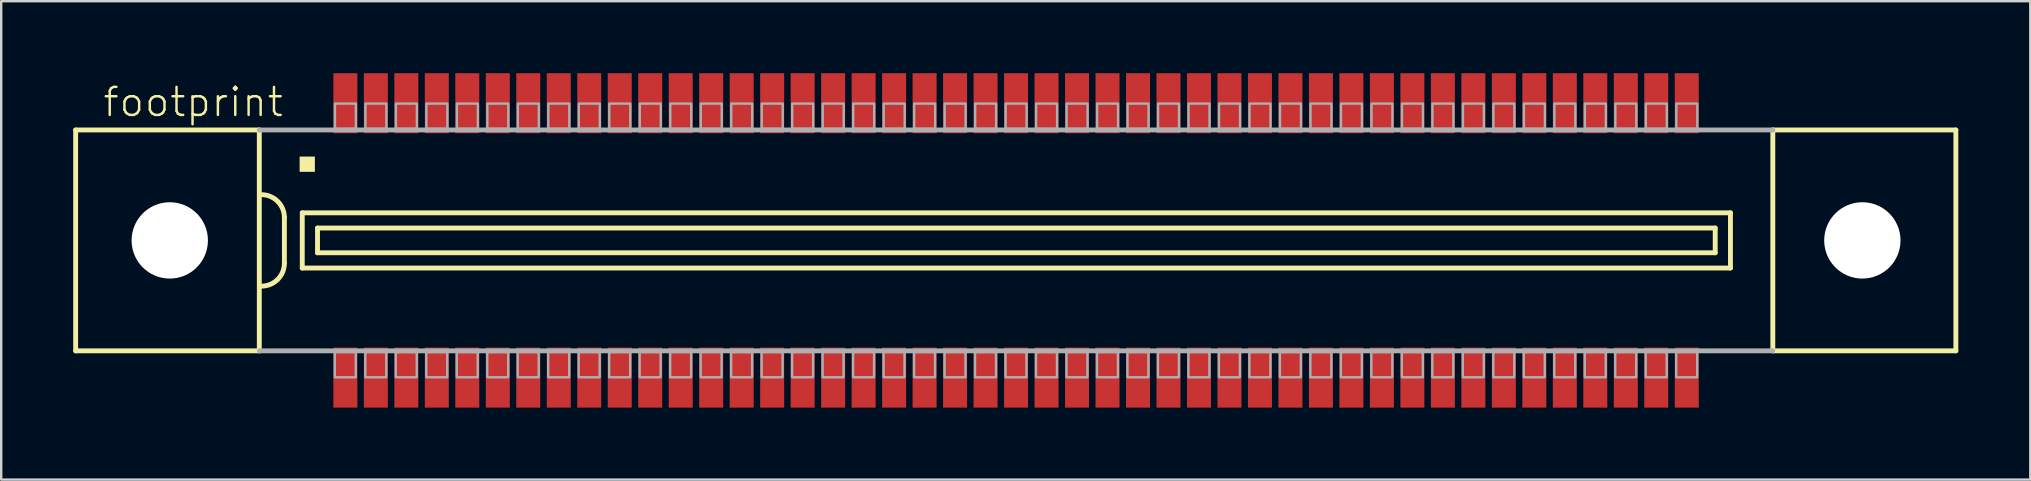
<source format=kicad_pcb>
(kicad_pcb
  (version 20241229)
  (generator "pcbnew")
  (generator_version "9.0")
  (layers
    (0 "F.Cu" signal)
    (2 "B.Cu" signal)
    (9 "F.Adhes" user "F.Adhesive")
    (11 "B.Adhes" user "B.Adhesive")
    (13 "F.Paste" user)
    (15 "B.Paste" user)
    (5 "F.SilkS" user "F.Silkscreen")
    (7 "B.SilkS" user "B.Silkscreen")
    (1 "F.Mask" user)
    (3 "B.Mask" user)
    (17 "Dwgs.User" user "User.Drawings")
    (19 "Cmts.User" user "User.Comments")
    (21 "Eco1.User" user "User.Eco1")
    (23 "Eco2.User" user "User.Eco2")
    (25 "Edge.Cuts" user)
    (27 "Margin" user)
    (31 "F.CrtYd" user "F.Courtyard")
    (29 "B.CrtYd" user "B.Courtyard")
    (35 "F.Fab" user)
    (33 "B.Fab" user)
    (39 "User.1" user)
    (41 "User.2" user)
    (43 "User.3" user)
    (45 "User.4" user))
  (footprint "footprint"
    (layer "F.Cu")
    (at 39.277 6.965)
    (property "Reference" "footprint" (at -38.1 -5.08 0) (layer "F.SilkS") (effects (font (size 1.168 1.168) (thickness 0.102)) (justify left bottom)))
    (fp_line (start -39.175 -4.6) (end -39.175 4.6) (stroke (width 0.203) (type solid)) (layer "F.SilkS"))
    (fp_line (start -39.175 4.6) (end -31.525 4.6) (stroke (width 0.203) (type solid)) (layer "F.SilkS"))
    (fp_line (start -31.525 -4.6) (end -39.175 -4.6) (stroke (width 0.203) (type solid)) (layer "F.SilkS"))
    (fp_line (start -31.525 -4.6) (end -31.525 4.6) (stroke (width 0.203) (type solid)) (layer "F.SilkS"))
    (fp_line (start -30.48 -0.953) (end -30.48 0.953) (stroke (width 0.203) (type solid)) (layer "F.SilkS"))
    (fp_line (start -29.735 -1.15) (end -29.735 1.15) (stroke (width 0.203) (type solid)) (layer "F.SilkS"))
    (fp_line (start -29.735 1.15) (end 29.76 1.15) (stroke (width 0.203) (type solid)) (layer "F.SilkS"))
    (fp_line (start -29.1 -0.515) (end -29.1 0.515) (stroke (width 0.203) (type solid)) (layer "F.SilkS"))
    (fp_line (start -29.1 0.515) (end 29.125 0.515) (stroke (width 0.203) (type solid)) (layer "F.SilkS"))
    (fp_line (start 29.125 -0.515) (end -29.1 -0.515) (stroke (width 0.203) (type solid)) (layer "F.SilkS"))
    (fp_line (start 29.125 0.515) (end 29.125 -0.515) (stroke (width 0.203) (type solid)) (layer "F.SilkS"))
    (fp_line (start 29.76 -1.15) (end -29.735 -1.15) (stroke (width 0.203) (type solid)) (layer "F.SilkS"))
    (fp_line (start 29.76 1.15) (end 29.76 -1.15) (stroke (width 0.203) (type solid)) (layer "F.SilkS"))
    (fp_line (start 31.525 4.6) (end 31.525 -4.6) (stroke (width 0.203) (type solid)) (layer "F.SilkS"))
    (fp_line (start 31.525 4.6) (end 39.15 4.6) (stroke (width 0.203) (type solid)) (layer "F.SilkS"))
    (fp_line (start 39.15 -4.6) (end 31.525 -4.6) (stroke (width 0.203) (type solid)) (layer "F.SilkS"))
    (fp_line (start 39.15 4.6) (end 39.15 -4.6) (stroke (width 0.203) (type solid)) (layer "F.SilkS"))
    (fp_arc (start -31.4325 -1.905) (mid -30.758981 -1.626019) (end -30.48 -0.9525) (stroke (width 0.2032) (type solid)) (layer "F.SilkS"))
    (fp_arc (start -30.48 0.9525) (mid -30.75901 1.625989) (end -31.432499 1.904999) (stroke (width 0.2032) (type solid)) (layer "F.SilkS"))
    (fp_poly (pts (xy -29.845 -2.857) (xy -29.21 -2.857) (xy -29.21 -3.493) (xy -29.845 -3.493)) (stroke (width 0) (type solid)) (fill yes) (layer "F.SilkS"))
    (fp_line (start -31.525 4.6) (end 31.525 4.6) (stroke (width 0.203) (type solid)) (layer "F.Fab"))
    (fp_line (start 31.525 -4.6) (end -31.525 -4.6) (stroke (width 0.203) (type solid)) (layer "F.Fab"))
    (fp_poly (pts (xy -28.375 -4.65) (xy -27.5 -4.65) (xy -27.5 -5.7) (xy -28.375 -5.7)) (stroke (width 0.1) (type solid)) (fill no) (layer "F.Fab"))
    (fp_poly (pts (xy -27.505 4.65) (xy -28.38 4.65) (xy -28.38 5.7) (xy -27.505 5.7)) (stroke (width 0.1) (type solid)) (fill no) (layer "F.Fab"))
    (fp_poly (pts (xy -27.105 -4.65) (xy -26.23 -4.65) (xy -26.23 -5.7) (xy -27.105 -5.7)) (stroke (width 0.1) (type solid)) (fill no) (layer "F.Fab"))
    (fp_poly (pts (xy -26.235 4.65) (xy -27.11 4.65) (xy -27.11 5.7) (xy -26.235 5.7)) (stroke (width 0.1) (type solid)) (fill no) (layer "F.Fab"))
    (fp_poly (pts (xy -25.835 -4.65) (xy -24.96 -4.65) (xy -24.96 -5.7) (xy -25.835 -5.7)) (stroke (width 0.1) (type solid)) (fill no) (layer "F.Fab"))
    (fp_poly (pts (xy -24.965 4.65) (xy -25.84 4.65) (xy -25.84 5.7) (xy -24.965 5.7)) (stroke (width 0.1) (type solid)) (fill no) (layer "F.Fab"))
    (fp_poly (pts (xy -24.565 -4.65) (xy -23.69 -4.65) (xy -23.69 -5.7) (xy -24.565 -5.7)) (stroke (width 0.1) (type solid)) (fill no) (layer "F.Fab"))
    (fp_poly (pts (xy -23.695 4.65) (xy -24.57 4.65) (xy -24.57 5.7) (xy -23.695 5.7)) (stroke (width 0.1) (type solid)) (fill no) (layer "F.Fab"))
    (fp_poly (pts (xy -23.295 -4.65) (xy -22.42 -4.65) (xy -22.42 -5.7) (xy -23.295 -5.7)) (stroke (width 0.1) (type solid)) (fill no) (layer "F.Fab"))
    (fp_poly (pts (xy -22.425 4.65) (xy -23.3 4.65) (xy -23.3 5.7) (xy -22.425 5.7)) (stroke (width 0.1) (type solid)) (fill no) (layer "F.Fab"))
    (fp_poly (pts (xy -22.025 -4.65) (xy -21.15 -4.65) (xy -21.15 -5.7) (xy -22.025 -5.7)) (stroke (width 0.1) (type solid)) (fill no) (layer "F.Fab"))
    (fp_poly (pts (xy -21.155 4.65) (xy -22.03 4.65) (xy -22.03 5.7) (xy -21.155 5.7)) (stroke (width 0.1) (type solid)) (fill no) (layer "F.Fab"))
    (fp_poly (pts (xy -20.755 -4.65) (xy -19.88 -4.65) (xy -19.88 -5.7) (xy -20.755 -5.7)) (stroke (width 0.1) (type solid)) (fill no) (layer "F.Fab"))
    (fp_poly (pts (xy -19.885 4.65) (xy -20.76 4.65) (xy -20.76 5.7) (xy -19.885 5.7)) (stroke (width 0.1) (type solid)) (fill no) (layer "F.Fab"))
    (fp_poly (pts (xy -19.485 -4.65) (xy -18.61 -4.65) (xy -18.61 -5.7) (xy -19.485 -5.7)) (stroke (width 0.1) (type solid)) (fill no) (layer "F.Fab"))
    (fp_poly (pts (xy -18.615 4.65) (xy -19.49 4.65) (xy -19.49 5.7) (xy -18.615 5.7)) (stroke (width 0.1) (type solid)) (fill no) (layer "F.Fab"))
    (fp_poly (pts (xy -18.215 -4.65) (xy -17.34 -4.65) (xy -17.34 -5.7) (xy -18.215 -5.7)) (stroke (width 0.1) (type solid)) (fill no) (layer "F.Fab"))
    (fp_poly (pts (xy -17.345 4.65) (xy -18.22 4.65) (xy -18.22 5.7) (xy -17.345 5.7)) (stroke (width 0.1) (type solid)) (fill no) (layer "F.Fab"))
    (fp_poly (pts (xy -16.945 -4.65) (xy -16.07 -4.65) (xy -16.07 -5.7) (xy -16.945 -5.7)) (stroke (width 0.1) (type solid)) (fill no) (layer "F.Fab"))
    (fp_poly (pts (xy -16.075 4.65) (xy -16.95 4.65) (xy -16.95 5.7) (xy -16.075 5.7)) (stroke (width 0.1) (type solid)) (fill no) (layer "F.Fab"))
    (fp_poly (pts (xy -15.675 -4.65) (xy -14.8 -4.65) (xy -14.8 -5.7) (xy -15.675 -5.7)) (stroke (width 0.1) (type solid)) (fill no) (layer "F.Fab"))
    (fp_poly (pts (xy -14.805 4.65) (xy -15.68 4.65) (xy -15.68 5.7) (xy -14.805 5.7)) (stroke (width 0.1) (type solid)) (fill no) (layer "F.Fab"))
    (fp_poly (pts (xy -14.405 -4.65) (xy -13.53 -4.65) (xy -13.53 -5.7) (xy -14.405 -5.7)) (stroke (width 0.1) (type solid)) (fill no) (layer "F.Fab"))
    (fp_poly (pts (xy -13.535 4.65) (xy -14.41 4.65) (xy -14.41 5.7) (xy -13.535 5.7)) (stroke (width 0.1) (type solid)) (fill no) (layer "F.Fab"))
    (fp_poly (pts (xy -13.135 -4.65) (xy -12.26 -4.65) (xy -12.26 -5.7) (xy -13.135 -5.7)) (stroke (width 0.1) (type solid)) (fill no) (layer "F.Fab"))
    (fp_poly (pts (xy -12.265 4.65) (xy -13.14 4.65) (xy -13.14 5.7) (xy -12.265 5.7)) (stroke (width 0.1) (type solid)) (fill no) (layer "F.Fab"))
    (fp_poly (pts (xy -11.865 -4.65) (xy -10.99 -4.65) (xy -10.99 -5.7) (xy -11.865 -5.7)) (stroke (width 0.1) (type solid)) (fill no) (layer "F.Fab"))
    (fp_poly (pts (xy -10.995 4.65) (xy -11.87 4.65) (xy -11.87 5.7) (xy -10.995 5.7)) (stroke (width 0.1) (type solid)) (fill no) (layer "F.Fab"))
    (fp_poly (pts (xy -10.595 -4.65) (xy -9.72 -4.65) (xy -9.72 -5.7) (xy -10.595 -5.7)) (stroke (width 0.1) (type solid)) (fill no) (layer "F.Fab"))
    (fp_poly (pts (xy -9.725 4.65) (xy -10.6 4.65) (xy -10.6 5.7) (xy -9.725 5.7)) (stroke (width 0.1) (type solid)) (fill no) (layer "F.Fab"))
    (fp_poly (pts (xy -9.325 -4.65) (xy -8.45 -4.65) (xy -8.45 -5.7) (xy -9.325 -5.7)) (stroke (width 0.1) (type solid)) (fill no) (layer "F.Fab"))
    (fp_poly (pts (xy -8.455 4.65) (xy -9.33 4.65) (xy -9.33 5.7) (xy -8.455 5.7)) (stroke (width 0.1) (type solid)) (fill no) (layer "F.Fab"))
    (fp_poly (pts (xy -8.055 -4.65) (xy -7.18 -4.65) (xy -7.18 -5.7) (xy -8.055 -5.7)) (stroke (width 0.1) (type solid)) (fill no) (layer "F.Fab"))
    (fp_poly (pts (xy -7.185 4.65) (xy -8.06 4.65) (xy -8.06 5.7) (xy -7.185 5.7)) (stroke (width 0.1) (type solid)) (fill no) (layer "F.Fab"))
    (fp_poly (pts (xy -6.785 -4.65) (xy -5.91 -4.65) (xy -5.91 -5.7) (xy -6.785 -5.7)) (stroke (width 0.1) (type solid)) (fill no) (layer "F.Fab"))
    (fp_poly (pts (xy -5.915 4.65) (xy -6.79 4.65) (xy -6.79 5.7) (xy -5.915 5.7)) (stroke (width 0.1) (type solid)) (fill no) (layer "F.Fab"))
    (fp_poly (pts (xy -5.515 -4.65) (xy -4.64 -4.65) (xy -4.64 -5.7) (xy -5.515 -5.7)) (stroke (width 0.1) (type solid)) (fill no) (layer "F.Fab"))
    (fp_poly (pts (xy -4.645 4.65) (xy -5.52 4.65) (xy -5.52 5.7) (xy -4.645 5.7)) (stroke (width 0.1) (type solid)) (fill no) (layer "F.Fab"))
    (fp_poly (pts (xy -4.245 -4.65) (xy -3.37 -4.65) (xy -3.37 -5.7) (xy -4.245 -5.7)) (stroke (width 0.1) (type solid)) (fill no) (layer "F.Fab"))
    (fp_poly (pts (xy -3.375 4.65) (xy -4.25 4.65) (xy -4.25 5.7) (xy -3.375 5.7)) (stroke (width 0.1) (type solid)) (fill no) (layer "F.Fab"))
    (fp_poly (pts (xy -2.975 -4.65) (xy -2.1 -4.65) (xy -2.1 -5.7) (xy -2.975 -5.7)) (stroke (width 0.1) (type solid)) (fill no) (layer "F.Fab"))
    (fp_poly (pts (xy -2.105 4.65) (xy -2.98 4.65) (xy -2.98 5.7) (xy -2.105 5.7)) (stroke (width 0.1) (type solid)) (fill no) (layer "F.Fab"))
    (fp_poly (pts (xy -1.705 -4.65) (xy -0.83 -4.65) (xy -0.83 -5.7) (xy -1.705 -5.7)) (stroke (width 0.1) (type solid)) (fill no) (layer "F.Fab"))
    (fp_poly (pts (xy -0.835 4.65) (xy -1.71 4.65) (xy -1.71 5.7) (xy -0.835 5.7)) (stroke (width 0.1) (type solid)) (fill no) (layer "F.Fab"))
    (fp_poly (pts (xy -0.435 -4.65) (xy 0.44 -4.65) (xy 0.44 -5.7) (xy -0.435 -5.7)) (stroke (width 0.1) (type solid)) (fill no) (layer "F.Fab"))
    (fp_poly (pts (xy 0.435 4.65) (xy -0.44 4.65) (xy -0.44 5.7) (xy 0.435 5.7)) (stroke (width 0.1) (type solid)) (fill no) (layer "F.Fab"))
    (fp_poly (pts (xy 0.835 -4.65) (xy 1.71 -4.65) (xy 1.71 -5.7) (xy 0.835 -5.7)) (stroke (width 0.1) (type solid)) (fill no) (layer "F.Fab"))
    (fp_poly (pts (xy 1.705 4.65) (xy 0.83 4.65) (xy 0.83 5.7) (xy 1.705 5.7)) (stroke (width 0.1) (type solid)) (fill no) (layer "F.Fab"))
    (fp_poly (pts (xy 2.105 -4.65) (xy 2.98 -4.65) (xy 2.98 -5.7) (xy 2.105 -5.7)) (stroke (width 0.1) (type solid)) (fill no) (layer "F.Fab"))
    (fp_poly (pts (xy 2.975 4.65) (xy 2.1 4.65) (xy 2.1 5.7) (xy 2.975 5.7)) (stroke (width 0.1) (type solid)) (fill no) (layer "F.Fab"))
    (fp_poly (pts (xy 3.375 -4.65) (xy 4.25 -4.65) (xy 4.25 -5.7) (xy 3.375 -5.7)) (stroke (width 0.1) (type solid)) (fill no) (layer "F.Fab"))
    (fp_poly (pts (xy 4.245 4.65) (xy 3.37 4.65) (xy 3.37 5.7) (xy 4.245 5.7)) (stroke (width 0.1) (type solid)) (fill no) (layer "F.Fab"))
    (fp_poly (pts (xy 4.645 -4.65) (xy 5.52 -4.65) (xy 5.52 -5.7) (xy 4.645 -5.7)) (stroke (width 0.1) (type solid)) (fill no) (layer "F.Fab"))
    (fp_poly (pts (xy 5.515 4.65) (xy 4.64 4.65) (xy 4.64 5.7) (xy 5.515 5.7)) (stroke (width 0.1) (type solid)) (fill no) (layer "F.Fab"))
    (fp_poly (pts (xy 5.915 -4.65) (xy 6.79 -4.65) (xy 6.79 -5.7) (xy 5.915 -5.7)) (stroke (width 0.1) (type solid)) (fill no) (layer "F.Fab"))
    (fp_poly (pts (xy 6.785 4.65) (xy 5.91 4.65) (xy 5.91 5.7) (xy 6.785 5.7)) (stroke (width 0.1) (type solid)) (fill no) (layer "F.Fab"))
    (fp_poly (pts (xy 7.185 -4.65) (xy 8.06 -4.65) (xy 8.06 -5.7) (xy 7.185 -5.7)) (stroke (width 0.1) (type solid)) (fill no) (layer "F.Fab"))
    (fp_poly (pts (xy 8.055 4.65) (xy 7.18 4.65) (xy 7.18 5.7) (xy 8.055 5.7)) (stroke (width 0.1) (type solid)) (fill no) (layer "F.Fab"))
    (fp_poly (pts (xy 8.455 -4.65) (xy 9.33 -4.65) (xy 9.33 -5.7) (xy 8.455 -5.7)) (stroke (width 0.1) (type solid)) (fill no) (layer "F.Fab"))
    (fp_poly (pts (xy 9.325 4.65) (xy 8.45 4.65) (xy 8.45 5.7) (xy 9.325 5.7)) (stroke (width 0.1) (type solid)) (fill no) (layer "F.Fab"))
    (fp_poly (pts (xy 9.725 -4.65) (xy 10.6 -4.65) (xy 10.6 -5.7) (xy 9.725 -5.7)) (stroke (width 0.1) (type solid)) (fill no) (layer "F.Fab"))
    (fp_poly (pts (xy 10.595 4.65) (xy 9.72 4.65) (xy 9.72 5.7) (xy 10.595 5.7)) (stroke (width 0.1) (type solid)) (fill no) (layer "F.Fab"))
    (fp_poly (pts (xy 10.995 -4.65) (xy 11.87 -4.65) (xy 11.87 -5.7) (xy 10.995 -5.7)) (stroke (width 0.1) (type solid)) (fill no) (layer "F.Fab"))
    (fp_poly (pts (xy 11.865 4.65) (xy 10.99 4.65) (xy 10.99 5.7) (xy 11.865 5.7)) (stroke (width 0.1) (type solid)) (fill no) (layer "F.Fab"))
    (fp_poly (pts (xy 12.265 -4.65) (xy 13.14 -4.65) (xy 13.14 -5.7) (xy 12.265 -5.7)) (stroke (width 0.1) (type solid)) (fill no) (layer "F.Fab"))
    (fp_poly (pts (xy 13.135 4.65) (xy 12.26 4.65) (xy 12.26 5.7) (xy 13.135 5.7)) (stroke (width 0.1) (type solid)) (fill no) (layer "F.Fab"))
    (fp_poly (pts (xy 13.535 -4.65) (xy 14.41 -4.65) (xy 14.41 -5.7) (xy 13.535 -5.7)) (stroke (width 0.1) (type solid)) (fill no) (layer "F.Fab"))
    (fp_poly (pts (xy 14.405 4.65) (xy 13.53 4.65) (xy 13.53 5.7) (xy 14.405 5.7)) (stroke (width 0.1) (type solid)) (fill no) (layer "F.Fab"))
    (fp_poly (pts (xy 14.805 -4.65) (xy 15.68 -4.65) (xy 15.68 -5.7) (xy 14.805 -5.7)) (stroke (width 0.1) (type solid)) (fill no) (layer "F.Fab"))
    (fp_poly (pts (xy 15.675 4.65) (xy 14.8 4.65) (xy 14.8 5.7) (xy 15.675 5.7)) (stroke (width 0.1) (type solid)) (fill no) (layer "F.Fab"))
    (fp_poly (pts (xy 16.075 -4.65) (xy 16.95 -4.65) (xy 16.95 -5.7) (xy 16.075 -5.7)) (stroke (width 0.1) (type solid)) (fill no) (layer "F.Fab"))
    (fp_poly (pts (xy 16.945 4.65) (xy 16.07 4.65) (xy 16.07 5.7) (xy 16.945 5.7)) (stroke (width 0.1) (type solid)) (fill no) (layer "F.Fab"))
    (fp_poly (pts (xy 17.345 -4.65) (xy 18.22 -4.65) (xy 18.22 -5.7) (xy 17.345 -5.7)) (stroke (width 0.1) (type solid)) (fill no) (layer "F.Fab"))
    (fp_poly (pts (xy 18.215 4.65) (xy 17.34 4.65) (xy 17.34 5.7) (xy 18.215 5.7)) (stroke (width 0.1) (type solid)) (fill no) (layer "F.Fab"))
    (fp_poly (pts (xy 18.615 -4.65) (xy 19.49 -4.65) (xy 19.49 -5.7) (xy 18.615 -5.7)) (stroke (width 0.1) (type solid)) (fill no) (layer "F.Fab"))
    (fp_poly (pts (xy 19.485 4.65) (xy 18.61 4.65) (xy 18.61 5.7) (xy 19.485 5.7)) (stroke (width 0.1) (type solid)) (fill no) (layer "F.Fab"))
    (fp_poly (pts (xy 19.885 -4.65) (xy 20.76 -4.65) (xy 20.76 -5.7) (xy 19.885 -5.7)) (stroke (width 0.1) (type solid)) (fill no) (layer "F.Fab"))
    (fp_poly (pts (xy 20.755 4.65) (xy 19.88 4.65) (xy 19.88 5.7) (xy 20.755 5.7)) (stroke (width 0.1) (type solid)) (fill no) (layer "F.Fab"))
    (fp_poly (pts (xy 21.155 -4.65) (xy 22.03 -4.65) (xy 22.03 -5.7) (xy 21.155 -5.7)) (stroke (width 0.1) (type solid)) (fill no) (layer "F.Fab"))
    (fp_poly (pts (xy 22.025 4.65) (xy 21.15 4.65) (xy 21.15 5.7) (xy 22.025 5.7)) (stroke (width 0.1) (type solid)) (fill no) (layer "F.Fab"))
    (fp_poly (pts (xy 22.425 -4.65) (xy 23.3 -4.65) (xy 23.3 -5.7) (xy 22.425 -5.7)) (stroke (width 0.1) (type solid)) (fill no) (layer "F.Fab"))
    (fp_poly (pts (xy 23.295 4.65) (xy 22.42 4.65) (xy 22.42 5.7) (xy 23.295 5.7)) (stroke (width 0.1) (type solid)) (fill no) (layer "F.Fab"))
    (fp_poly (pts (xy 23.695 -4.65) (xy 24.57 -4.65) (xy 24.57 -5.7) (xy 23.695 -5.7)) (stroke (width 0.1) (type solid)) (fill no) (layer "F.Fab"))
    (fp_poly (pts (xy 24.565 4.65) (xy 23.69 4.65) (xy 23.69 5.7) (xy 24.565 5.7)) (stroke (width 0.1) (type solid)) (fill no) (layer "F.Fab"))
    (fp_poly (pts (xy 24.965 -4.65) (xy 25.84 -4.65) (xy 25.84 -5.7) (xy 24.965 -5.7)) (stroke (width 0.1) (type solid)) (fill no) (layer "F.Fab"))
    (fp_poly (pts (xy 25.835 4.65) (xy 24.96 4.65) (xy 24.96 5.7) (xy 25.835 5.7)) (stroke (width 0.1) (type solid)) (fill no) (layer "F.Fab"))
    (fp_poly (pts (xy 26.235 -4.65) (xy 27.11 -4.65) (xy 27.11 -5.7) (xy 26.235 -5.7)) (stroke (width 0.1) (type solid)) (fill no) (layer "F.Fab"))
    (fp_poly (pts (xy 27.105 4.65) (xy 26.23 4.65) (xy 26.23 5.7) (xy 27.105 5.7)) (stroke (width 0.1) (type solid)) (fill no) (layer "F.Fab"))
    (fp_poly (pts (xy 27.505 -4.65) (xy 28.38 -4.65) (xy 28.38 -5.7) (xy 27.505 -5.7)) (stroke (width 0.1) (type solid)) (fill no) (layer "F.Fab"))
    (fp_poly (pts (xy 28.375 4.65) (xy 27.5 4.65) (xy 27.5 5.7) (xy 28.375 5.7)) (stroke (width 0.1) (type solid)) (fill no) (layer "F.Fab"))
    (pad "" np_thru_hole circle (at -35.255 0) (size 3.18 3.18) (drill 3.18) (layers "*.Cu" "*.Mask"))
    (pad "" np_thru_hole circle (at 35.255 0) (size 3.18 3.18) (drill 3.18) (layers "*.Cu" "*.Mask"))
    (pad "1" smd rect (at -27.94 -5.715) (size 1 2.5) (layers "F.Cu" "F.Mask" "F.Paste"))
    (pad "2" smd rect (at -26.67 -5.715) (size 1 2.5) (layers "F.Cu" "F.Mask" "F.Paste"))
    (pad "3" smd rect (at -25.4 -5.715) (size 1 2.5) (layers "F.Cu" "F.Mask" "F.Paste"))
    (pad "4" smd rect (at -24.13 -5.715) (size 1 2.5) (layers "F.Cu" "F.Mask" "F.Paste"))
    (pad "5" smd rect (at -22.86 -5.715) (size 1 2.5) (layers "F.Cu" "F.Mask" "F.Paste"))
    (pad "6" smd rect (at -21.59 -5.715) (size 1 2.5) (layers "F.Cu" "F.Mask" "F.Paste"))
    (pad "7" smd rect (at -20.32 -5.715) (size 1 2.5) (layers "F.Cu" "F.Mask" "F.Paste"))
    (pad "8" smd rect (at -19.05 -5.715) (size 1 2.5) (layers "F.Cu" "F.Mask" "F.Paste"))
    (pad "9" smd rect (at -17.78 -5.715) (size 1 2.5) (layers "F.Cu" "F.Mask" "F.Paste"))
    (pad "10" smd rect (at -16.51 -5.715) (size 1 2.5) (layers "F.Cu" "F.Mask" "F.Paste"))
    (pad "11" smd rect (at -15.24 -5.715 180) (size 1 2.5) (layers "F.Cu" "F.Mask" "F.Paste"))
    (pad "12" smd rect (at -13.97 -5.715 180) (size 1 2.5) (layers "F.Cu" "F.Mask" "F.Paste"))
    (pad "13" smd rect (at -12.7 -5.715 180) (size 1 2.5) (layers "F.Cu" "F.Mask" "F.Paste"))
    (pad "14" smd rect (at -11.43 -5.715 180) (size 1 2.5) (layers "F.Cu" "F.Mask" "F.Paste"))
    (pad "15" smd rect (at -10.16 -5.715 180) (size 1 2.5) (layers "F.Cu" "F.Mask" "F.Paste"))
    (pad "16" smd rect (at -8.89 -5.715 180) (size 1 2.5) (layers "F.Cu" "F.Mask" "F.Paste"))
    (pad "17" smd rect (at -7.62 -5.715 180) (size 1 2.5) (layers "F.Cu" "F.Mask" "F.Paste"))
    (pad "18" smd rect (at -6.35 -5.715 180) (size 1 2.5) (layers "F.Cu" "F.Mask" "F.Paste"))
    (pad "19" smd rect (at -5.08 -5.715 180) (size 1 2.5) (layers "F.Cu" "F.Mask" "F.Paste"))
    (pad "20" smd rect (at -3.81 -5.715 180) (size 1 2.5) (layers "F.Cu" "F.Mask" "F.Paste"))
    (pad "21" smd rect (at -2.54 -5.715 180) (size 1 2.5) (layers "F.Cu" "F.Mask" "F.Paste"))
    (pad "22" smd rect (at -1.27 -5.715 180) (size 1 2.5) (layers "F.Cu" "F.Mask" "F.Paste"))
    (pad "23" smd rect (at 0 -5.715 180) (size 1 2.5) (layers "F.Cu" "F.Mask" "F.Paste"))
    (pad "24" smd rect (at 1.27 -5.715 180) (size 1 2.5) (layers "F.Cu" "F.Mask" "F.Paste"))
    (pad "25" smd rect (at 2.54 -5.715 180) (size 1 2.5) (layers "F.Cu" "F.Mask" "F.Paste"))
    (pad "26" smd rect (at 3.81 -5.715 180) (size 1 2.5) (layers "F.Cu" "F.Mask" "F.Paste"))
    (pad "27" smd rect (at 5.08 -5.715 180) (size 1 2.5) (layers "F.Cu" "F.Mask" "F.Paste"))
    (pad "28" smd rect (at 6.35 -5.715 180) (size 1 2.5) (layers "F.Cu" "F.Mask" "F.Paste"))
    (pad "29" smd rect (at 7.62 -5.715 180) (size 1 2.5) (layers "F.Cu" "F.Mask" "F.Paste"))
    (pad "30" smd rect (at 8.89 -5.715 180) (size 1 2.5) (layers "F.Cu" "F.Mask" "F.Paste"))
    (pad "31" smd rect (at 10.16 -5.715 180) (size 1 2.5) (layers "F.Cu" "F.Mask" "F.Paste"))
    (pad "32" smd rect (at 11.43 -5.715 180) (size 1 2.5) (layers "F.Cu" "F.Mask" "F.Paste"))
    (pad "33" smd rect (at 12.7 -5.715 180) (size 1 2.5) (layers "F.Cu" "F.Mask" "F.Paste"))
    (pad "34" smd rect (at 13.97 -5.715 180) (size 1 2.5) (layers "F.Cu" "F.Mask" "F.Paste"))
    (pad "35" smd rect (at 15.24 -5.715 180) (size 1 2.5) (layers "F.Cu" "F.Mask" "F.Paste"))
    (pad "36" smd rect (at 16.51 -5.715 180) (size 1 2.5) (layers "F.Cu" "F.Mask" "F.Paste"))
    (pad "37" smd rect (at 17.78 -5.715 180) (size 1 2.5) (layers "F.Cu" "F.Mask" "F.Paste"))
    (pad "38" smd rect (at 19.05 -5.715 180) (size 1 2.5) (layers "F.Cu" "F.Mask" "F.Paste"))
    (pad "39" smd rect (at 20.32 -5.715 180) (size 1 2.5) (layers "F.Cu" "F.Mask" "F.Paste"))
    (pad "40" smd rect (at 21.59 -5.715 180) (size 1 2.5) (layers "F.Cu" "F.Mask" "F.Paste"))
    (pad "41" smd rect (at 22.86 -5.715 180) (size 1 2.5) (layers "F.Cu" "F.Mask" "F.Paste"))
    (pad "42" smd rect (at 24.13 -5.715 180) (size 1 2.5) (layers "F.Cu" "F.Mask" "F.Paste"))
    (pad "43" smd rect (at 25.4 -5.715 180) (size 1 2.5) (layers "F.Cu" "F.Mask" "F.Paste"))
    (pad "44" smd rect (at 26.67 -5.715 180) (size 1 2.5) (layers "F.Cu" "F.Mask" "F.Paste"))
    (pad "45" smd rect (at 27.94 -5.715 180) (size 1 2.5) (layers "F.Cu" "F.Mask" "F.Paste"))
    (pad "46" smd rect (at -27.94 5.715) (size 1 2.5) (layers "F.Cu" "F.Mask" "F.Paste"))
    (pad "47" smd rect (at -26.67 5.715) (size 1 2.5) (layers "F.Cu" "F.Mask" "F.Paste"))
    (pad "48" smd rect (at -25.4 5.715) (size 1 2.5) (layers "F.Cu" "F.Mask" "F.Paste"))
    (pad "49" smd rect (at -24.13 5.715) (size 1 2.5) (layers "F.Cu" "F.Mask" "F.Paste"))
    (pad "50" smd rect (at -22.86 5.715) (size 1 2.5) (layers "F.Cu" "F.Mask" "F.Paste"))
    (pad "51" smd rect (at -21.59 5.715) (size 1 2.5) (layers "F.Cu" "F.Mask" "F.Paste"))
    (pad "52" smd rect (at -20.32 5.715) (size 1 2.5) (layers "F.Cu" "F.Mask" "F.Paste"))
    (pad "53" smd rect (at -19.05 5.715) (size 1 2.5) (layers "F.Cu" "F.Mask" "F.Paste"))
    (pad "54" smd rect (at -17.78 5.715) (size 1 2.5) (layers "F.Cu" "F.Mask" "F.Paste"))
    (pad "55" smd rect (at -16.51 5.715) (size 1 2.5) (layers "F.Cu" "F.Mask" "F.Paste"))
    (pad "56" smd rect (at -15.24 5.715) (size 1 2.5) (layers "F.Cu" "F.Mask" "F.Paste"))
    (pad "57" smd rect (at -13.97 5.715) (size 1 2.5) (layers "F.Cu" "F.Mask" "F.Paste"))
    (pad "58" smd rect (at -12.7 5.715) (size 1 2.5) (layers "F.Cu" "F.Mask" "F.Paste"))
    (pad "59" smd rect (at -11.43 5.715) (size 1 2.5) (layers "F.Cu" "F.Mask" "F.Paste"))
    (pad "60" smd rect (at -10.16 5.715) (size 1 2.5) (layers "F.Cu" "F.Mask" "F.Paste"))
    (pad "61" smd rect (at -8.89 5.715) (size 1 2.5) (layers "F.Cu" "F.Mask" "F.Paste"))
    (pad "62" smd rect (at -7.62 5.715) (size 1 2.5) (layers "F.Cu" "F.Mask" "F.Paste"))
    (pad "63" smd rect (at -6.35 5.715) (size 1 2.5) (layers "F.Cu" "F.Mask" "F.Paste"))
    (pad "64" smd rect (at -5.08 5.715) (size 1 2.5) (layers "F.Cu" "F.Mask" "F.Paste"))
    (pad "65" smd rect (at -3.81 5.715) (size 1 2.5) (layers "F.Cu" "F.Mask" "F.Paste"))
    (pad "66" smd rect (at -2.54 5.715) (size 1 2.5) (layers "F.Cu" "F.Mask" "F.Paste"))
    (pad "67" smd rect (at -1.27 5.715) (size 1 2.5) (layers "F.Cu" "F.Mask" "F.Paste"))
    (pad "68" smd rect (at 0 5.715) (size 1 2.5) (layers "F.Cu" "F.Mask" "F.Paste"))
    (pad "69" smd rect (at 1.27 5.715) (size 1 2.5) (layers "F.Cu" "F.Mask" "F.Paste"))
    (pad "70" smd rect (at 2.54 5.715) (size 1 2.5) (layers "F.Cu" "F.Mask" "F.Paste"))
    (pad "71" smd rect (at 3.81 5.715) (size 1 2.5) (layers "F.Cu" "F.Mask" "F.Paste"))
    (pad "72" smd rect (at 5.08 5.715) (size 1 2.5) (layers "F.Cu" "F.Mask" "F.Paste"))
    (pad "73" smd rect (at 6.35 5.715) (size 1 2.5) (layers "F.Cu" "F.Mask" "F.Paste"))
    (pad "74" smd rect (at 7.62 5.715) (size 1 2.5) (layers "F.Cu" "F.Mask" "F.Paste"))
    (pad "75" smd rect (at 8.89 5.715) (size 1 2.5) (layers "F.Cu" "F.Mask" "F.Paste"))
    (pad "76" smd rect (at 10.16 5.715) (size 1 2.5) (layers "F.Cu" "F.Mask" "F.Paste"))
    (pad "77" smd rect (at 11.43 5.715) (size 1 2.5) (layers "F.Cu" "F.Mask" "F.Paste"))
    (pad "78" smd rect (at 12.7 5.715) (size 1 2.5) (layers "F.Cu" "F.Mask" "F.Paste"))
    (pad "79" smd rect (at 13.97 5.715) (size 1 2.5) (layers "F.Cu" "F.Mask" "F.Paste"))
    (pad "80" smd rect (at 15.24 5.715) (size 1 2.5) (layers "F.Cu" "F.Mask" "F.Paste"))
    (pad "81" smd rect (at 16.51 5.715) (size 1 2.5) (layers "F.Cu" "F.Mask" "F.Paste"))
    (pad "82" smd rect (at 17.78 5.715) (size 1 2.5) (layers "F.Cu" "F.Mask" "F.Paste"))
    (pad "83" smd rect (at 19.05 5.715) (size 1 2.5) (layers "F.Cu" "F.Mask" "F.Paste"))
    (pad "84" smd rect (at 20.32 5.715) (size 1 2.5) (layers "F.Cu" "F.Mask" "F.Paste"))
    (pad "85" smd rect (at 21.59 5.715) (size 1 2.5) (layers "F.Cu" "F.Mask" "F.Paste"))
    (pad "86" smd rect (at 22.86 5.715) (size 1 2.5) (layers "F.Cu" "F.Mask" "F.Paste"))
    (pad "87" smd rect (at 24.13 5.715) (size 1 2.5) (layers "F.Cu" "F.Mask" "F.Paste"))
    (pad "88" smd rect (at 25.4 5.715) (size 1 2.5) (layers "F.Cu" "F.Mask" "F.Paste"))
    (pad "89" smd rect (at 26.67 5.715) (size 1 2.5) (layers "F.Cu" "F.Mask" "F.Paste"))
    (pad "90" smd rect (at 27.94 5.715) (size 1 2.5) (layers "F.Cu" "F.Mask" "F.Paste")))
  (gr_rect
    (start -3 -3)
    (end 81.528 16.93)
    (stroke (width 0.1) (type default))
    (fill no)
    (layer "Edge.Cuts")))
</source>
